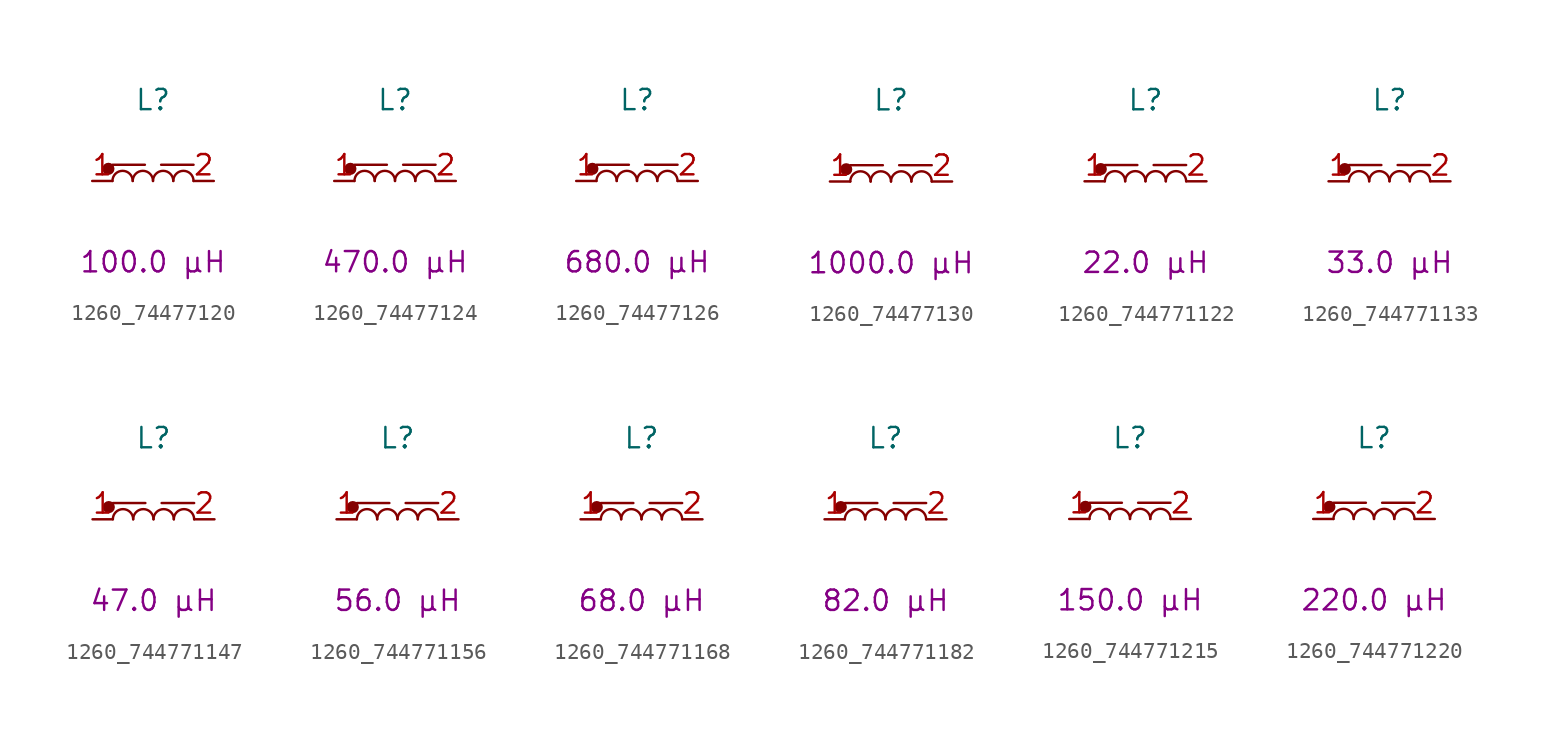
<source format=kicad_sym>
(kicad_symbol_lib
  (version 20220914)
  (generator kicad_symbol_editor)
  (symbol "1260_74477120"
    (pin_names hide)
    (property "Reference" "L"
      (at 0 5.08 0)
      (effects (font (size 1.27 1.27))))
    (property "Critical Parameter" "100.0 µH"
      (at 0 -5.08 0)
      (effects (font (size 1.27 1.27))))
    (symbol "1260_74477120_0_1"
      (arc (start -1.27 0) (mid -1.905 0.6323) (end -2.54 0) (stroke (width 0) (type default)) (fill (type none)))
      (arc (start 0 0) (mid -0.635 0.6323) (end -1.27 0) (stroke (width 0) (type default)) (fill (type none)))
      (polyline (pts (xy -2.54 1.016) (xy -0.508 1.016)) (stroke (width 0) (type default)) (fill (type none)))
      (arc (start 1.27 0) (mid 0.635 0.6323) (end 0 0) (stroke (width 0) (type default)) (fill (type none)))
      (arc (start 2.54 0) (mid 1.905 0.6323) (end 1.27 0) (stroke (width 0) (type default)) (fill (type none))))
    (symbol "1260_74477120_1_1"
      (circle (center -2.794 0.762) (radius 0.0001) (stroke (width 0.381) (type default)) (fill (type none)))
      (polyline (pts (xy 2.54 1.016) (xy 0.508 1.016)) (stroke (width 0) (type default)) (fill (type none)))
      (pin passive line (at -3.81 0 0) (length 1.27) (name "1" (effects (font (size 1.27 1.27)))) (number "1" (effects (font (size 1.27 1.27)))))
      (pin passive line (at 3.81 0 180) (length 1.27) (name "2" (effects (font (size 1.27 1.27)))) (number "2" (effects (font (size 1.27 1.27)))))))
  (symbol "1260_74477124"
    (pin_names hide)
    (property "Reference" "L"
      (at 0 5.08 0)
      (effects (font (size 1.27 1.27))))
    (property "Critical Parameter" "470.0 µH"
      (at 0 -5.08 0)
      (effects (font (size 1.27 1.27))))
    (symbol "1260_74477124_0_1"
      (arc (start -1.27 0) (mid -1.905 0.6323) (end -2.54 0) (stroke (width 0) (type default)) (fill (type none)))
      (arc (start 0 0) (mid -0.635 0.6323) (end -1.27 0) (stroke (width 0) (type default)) (fill (type none)))
      (polyline (pts (xy -2.54 1.016) (xy -0.508 1.016)) (stroke (width 0) (type default)) (fill (type none)))
      (arc (start 1.27 0) (mid 0.635 0.6323) (end 0 0) (stroke (width 0) (type default)) (fill (type none)))
      (arc (start 2.54 0) (mid 1.905 0.6323) (end 1.27 0) (stroke (width 0) (type default)) (fill (type none))))
    (symbol "1260_74477124_1_1"
      (circle (center -2.794 0.762) (radius 0.0001) (stroke (width 0.381) (type default)) (fill (type none)))
      (polyline (pts (xy 2.54 1.016) (xy 0.508 1.016)) (stroke (width 0) (type default)) (fill (type none)))
      (pin passive line (at -3.81 0 0) (length 1.27) (name "1" (effects (font (size 1.27 1.27)))) (number "1" (effects (font (size 1.27 1.27)))))
      (pin passive line (at 3.81 0 180) (length 1.27) (name "2" (effects (font (size 1.27 1.27)))) (number "2" (effects (font (size 1.27 1.27)))))))
  (symbol "1260_74477126"
    (pin_names hide)
    (property "Reference" "L"
      (at 0 5.08 0)
      (effects (font (size 1.27 1.27))))
    (property "Critical Parameter" "680.0 µH"
      (at 0 -5.08 0)
      (effects (font (size 1.27 1.27))))
    (symbol "1260_74477126_0_1"
      (arc (start -1.27 0) (mid -1.905 0.6323) (end -2.54 0) (stroke (width 0) (type default)) (fill (type none)))
      (arc (start 0 0) (mid -0.635 0.6323) (end -1.27 0) (stroke (width 0) (type default)) (fill (type none)))
      (polyline (pts (xy -2.54 1.016) (xy -0.508 1.016)) (stroke (width 0) (type default)) (fill (type none)))
      (arc (start 1.27 0) (mid 0.635 0.6323) (end 0 0) (stroke (width 0) (type default)) (fill (type none)))
      (arc (start 2.54 0) (mid 1.905 0.6323) (end 1.27 0) (stroke (width 0) (type default)) (fill (type none))))
    (symbol "1260_74477126_1_1"
      (circle (center -2.794 0.762) (radius 0.0001) (stroke (width 0.381) (type default)) (fill (type none)))
      (polyline (pts (xy 2.54 1.016) (xy 0.508 1.016)) (stroke (width 0) (type default)) (fill (type none)))
      (pin passive line (at -3.81 0 0) (length 1.27) (name "1" (effects (font (size 1.27 1.27)))) (number "1" (effects (font (size 1.27 1.27)))))
      (pin passive line (at 3.81 0 180) (length 1.27) (name "2" (effects (font (size 1.27 1.27)))) (number "2" (effects (font (size 1.27 1.27)))))))
  (symbol "1260_74477130"
    (pin_names hide)
    (property "Reference" "L"
      (at 0 5.08 0)
      (effects (font (size 1.27 1.27))))
    (property "Critical Parameter" "1000.0 µH"
      (at 0 -5.08 0)
      (effects (font (size 1.27 1.27))))
    (symbol "1260_74477130_0_1"
      (arc (start -1.27 0) (mid -1.905 0.6323) (end -2.54 0) (stroke (width 0) (type default)) (fill (type none)))
      (arc (start 0 0) (mid -0.635 0.6323) (end -1.27 0) (stroke (width 0) (type default)) (fill (type none)))
      (polyline (pts (xy -2.54 1.016) (xy -0.508 1.016)) (stroke (width 0) (type default)) (fill (type none)))
      (arc (start 1.27 0) (mid 0.635 0.6323) (end 0 0) (stroke (width 0) (type default)) (fill (type none)))
      (arc (start 2.54 0) (mid 1.905 0.6323) (end 1.27 0) (stroke (width 0) (type default)) (fill (type none))))
    (symbol "1260_74477130_1_1"
      (circle (center -2.794 0.762) (radius 0.0001) (stroke (width 0.381) (type default)) (fill (type none)))
      (polyline (pts (xy 2.54 1.016) (xy 0.508 1.016)) (stroke (width 0) (type default)) (fill (type none)))
      (pin passive line (at -3.81 0 0) (length 1.27) (name "1" (effects (font (size 1.27 1.27)))) (number "1" (effects (font (size 1.27 1.27)))))
      (pin passive line (at 3.81 0 180) (length 1.27) (name "2" (effects (font (size 1.27 1.27)))) (number "2" (effects (font (size 1.27 1.27)))))))
  (symbol "1260_744771122"
    (pin_names hide)
    (property "Reference" "L"
      (at 0 5.08 0)
      (effects (font (size 1.27 1.27))))
    (property "Critical Parameter" "22.0 µH"
      (at 0 -5.08 0)
      (effects (font (size 1.27 1.27))))
    (symbol "1260_744771122_0_1"
      (arc (start -1.27 0) (mid -1.905 0.6323) (end -2.54 0) (stroke (width 0) (type default)) (fill (type none)))
      (arc (start 0 0) (mid -0.635 0.6323) (end -1.27 0) (stroke (width 0) (type default)) (fill (type none)))
      (polyline (pts (xy -2.54 1.016) (xy -0.508 1.016)) (stroke (width 0) (type default)) (fill (type none)))
      (arc (start 1.27 0) (mid 0.635 0.6323) (end 0 0) (stroke (width 0) (type default)) (fill (type none)))
      (arc (start 2.54 0) (mid 1.905 0.6323) (end 1.27 0) (stroke (width 0) (type default)) (fill (type none))))
    (symbol "1260_744771122_1_1"
      (circle (center -2.794 0.762) (radius 0.0001) (stroke (width 0.381) (type default)) (fill (type none)))
      (polyline (pts (xy 2.54 1.016) (xy 0.508 1.016)) (stroke (width 0) (type default)) (fill (type none)))
      (pin passive line (at -3.81 0 0) (length 1.27) (name "1" (effects (font (size 1.27 1.27)))) (number "1" (effects (font (size 1.27 1.27)))))
      (pin passive line (at 3.81 0 180) (length 1.27) (name "2" (effects (font (size 1.27 1.27)))) (number "2" (effects (font (size 1.27 1.27)))))))
  (symbol "1260_744771133"
    (pin_names hide)
    (property "Reference" "L"
      (at 0 5.08 0)
      (effects (font (size 1.27 1.27))))
    (property "Critical Parameter" "33.0 µH"
      (at 0 -5.08 0)
      (effects (font (size 1.27 1.27))))
    (symbol "1260_744771133_0_1"
      (arc (start -1.27 0) (mid -1.905 0.6323) (end -2.54 0) (stroke (width 0) (type default)) (fill (type none)))
      (arc (start 0 0) (mid -0.635 0.6323) (end -1.27 0) (stroke (width 0) (type default)) (fill (type none)))
      (polyline (pts (xy -2.54 1.016) (xy -0.508 1.016)) (stroke (width 0) (type default)) (fill (type none)))
      (arc (start 1.27 0) (mid 0.635 0.6323) (end 0 0) (stroke (width 0) (type default)) (fill (type none)))
      (arc (start 2.54 0) (mid 1.905 0.6323) (end 1.27 0) (stroke (width 0) (type default)) (fill (type none))))
    (symbol "1260_744771133_1_1"
      (circle (center -2.794 0.762) (radius 0.0001) (stroke (width 0.381) (type default)) (fill (type none)))
      (polyline (pts (xy 2.54 1.016) (xy 0.508 1.016)) (stroke (width 0) (type default)) (fill (type none)))
      (pin passive line (at -3.81 0 0) (length 1.27) (name "1" (effects (font (size 1.27 1.27)))) (number "1" (effects (font (size 1.27 1.27)))))
      (pin passive line (at 3.81 0 180) (length 1.27) (name "2" (effects (font (size 1.27 1.27)))) (number "2" (effects (font (size 1.27 1.27)))))))
  (symbol "1260_744771147"
    (pin_names hide)
    (property "Reference" "L"
      (at 0 5.08 0)
      (effects (font (size 1.27 1.27))))
    (property "Critical Parameter" "47.0 µH"
      (at 0 -5.08 0)
      (effects (font (size 1.27 1.27))))
    (symbol "1260_744771147_0_1"
      (arc (start -1.27 0) (mid -1.905 0.6323) (end -2.54 0) (stroke (width 0) (type default)) (fill (type none)))
      (arc (start 0 0) (mid -0.635 0.6323) (end -1.27 0) (stroke (width 0) (type default)) (fill (type none)))
      (polyline (pts (xy -2.54 1.016) (xy -0.508 1.016)) (stroke (width 0) (type default)) (fill (type none)))
      (arc (start 1.27 0) (mid 0.635 0.6323) (end 0 0) (stroke (width 0) (type default)) (fill (type none)))
      (arc (start 2.54 0) (mid 1.905 0.6323) (end 1.27 0) (stroke (width 0) (type default)) (fill (type none))))
    (symbol "1260_744771147_1_1"
      (circle (center -2.794 0.762) (radius 0.0001) (stroke (width 0.381) (type default)) (fill (type none)))
      (polyline (pts (xy 2.54 1.016) (xy 0.508 1.016)) (stroke (width 0) (type default)) (fill (type none)))
      (pin passive line (at -3.81 0 0) (length 1.27) (name "1" (effects (font (size 1.27 1.27)))) (number "1" (effects (font (size 1.27 1.27)))))
      (pin passive line (at 3.81 0 180) (length 1.27) (name "2" (effects (font (size 1.27 1.27)))) (number "2" (effects (font (size 1.27 1.27)))))))
  (symbol "1260_744771156"
    (pin_names hide)
    (property "Reference" "L"
      (at 0 5.08 0)
      (effects (font (size 1.27 1.27))))
    (property "Critical Parameter" "56.0 µH"
      (at 0 -5.08 0)
      (effects (font (size 1.27 1.27))))
    (symbol "1260_744771156_0_1"
      (arc (start -1.27 0) (mid -1.905 0.6323) (end -2.54 0) (stroke (width 0) (type default)) (fill (type none)))
      (arc (start 0 0) (mid -0.635 0.6323) (end -1.27 0) (stroke (width 0) (type default)) (fill (type none)))
      (polyline (pts (xy -2.54 1.016) (xy -0.508 1.016)) (stroke (width 0) (type default)) (fill (type none)))
      (arc (start 1.27 0) (mid 0.635 0.6323) (end 0 0) (stroke (width 0) (type default)) (fill (type none)))
      (arc (start 2.54 0) (mid 1.905 0.6323) (end 1.27 0) (stroke (width 0) (type default)) (fill (type none))))
    (symbol "1260_744771156_1_1"
      (circle (center -2.794 0.762) (radius 0.0001) (stroke (width 0.381) (type default)) (fill (type none)))
      (polyline (pts (xy 2.54 1.016) (xy 0.508 1.016)) (stroke (width 0) (type default)) (fill (type none)))
      (pin passive line (at -3.81 0 0) (length 1.27) (name "1" (effects (font (size 1.27 1.27)))) (number "1" (effects (font (size 1.27 1.27)))))
      (pin passive line (at 3.81 0 180) (length 1.27) (name "2" (effects (font (size 1.27 1.27)))) (number "2" (effects (font (size 1.27 1.27)))))))
  (symbol "1260_744771168"
    (pin_names hide)
    (property "Reference" "L"
      (at 0 5.08 0)
      (effects (font (size 1.27 1.27))))
    (property "Critical Parameter" "68.0 µH"
      (at 0 -5.08 0)
      (effects (font (size 1.27 1.27))))
    (symbol "1260_744771168_0_1"
      (arc (start -1.27 0) (mid -1.905 0.6323) (end -2.54 0) (stroke (width 0) (type default)) (fill (type none)))
      (arc (start 0 0) (mid -0.635 0.6323) (end -1.27 0) (stroke (width 0) (type default)) (fill (type none)))
      (polyline (pts (xy -2.54 1.016) (xy -0.508 1.016)) (stroke (width 0) (type default)) (fill (type none)))
      (arc (start 1.27 0) (mid 0.635 0.6323) (end 0 0) (stroke (width 0) (type default)) (fill (type none)))
      (arc (start 2.54 0) (mid 1.905 0.6323) (end 1.27 0) (stroke (width 0) (type default)) (fill (type none))))
    (symbol "1260_744771168_1_1"
      (circle (center -2.794 0.762) (radius 0.0001) (stroke (width 0.381) (type default)) (fill (type none)))
      (polyline (pts (xy 2.54 1.016) (xy 0.508 1.016)) (stroke (width 0) (type default)) (fill (type none)))
      (pin passive line (at -3.81 0 0) (length 1.27) (name "1" (effects (font (size 1.27 1.27)))) (number "1" (effects (font (size 1.27 1.27)))))
      (pin passive line (at 3.81 0 180) (length 1.27) (name "2" (effects (font (size 1.27 1.27)))) (number "2" (effects (font (size 1.27 1.27)))))))
  (symbol "1260_744771182"
    (pin_names hide)
    (property "Reference" "L"
      (at 0 5.08 0)
      (effects (font (size 1.27 1.27))))
    (property "Critical Parameter" "82.0 µH"
      (at 0 -5.08 0)
      (effects (font (size 1.27 1.27))))
    (symbol "1260_744771182_0_1"
      (arc (start -1.27 0) (mid -1.905 0.6323) (end -2.54 0) (stroke (width 0) (type default)) (fill (type none)))
      (arc (start 0 0) (mid -0.635 0.6323) (end -1.27 0) (stroke (width 0) (type default)) (fill (type none)))
      (polyline (pts (xy -2.54 1.016) (xy -0.508 1.016)) (stroke (width 0) (type default)) (fill (type none)))
      (arc (start 1.27 0) (mid 0.635 0.6323) (end 0 0) (stroke (width 0) (type default)) (fill (type none)))
      (arc (start 2.54 0) (mid 1.905 0.6323) (end 1.27 0) (stroke (width 0) (type default)) (fill (type none))))
    (symbol "1260_744771182_1_1"
      (circle (center -2.794 0.762) (radius 0.0001) (stroke (width 0.381) (type default)) (fill (type none)))
      (polyline (pts (xy 2.54 1.016) (xy 0.508 1.016)) (stroke (width 0) (type default)) (fill (type none)))
      (pin passive line (at -3.81 0 0) (length 1.27) (name "1" (effects (font (size 1.27 1.27)))) (number "1" (effects (font (size 1.27 1.27)))))
      (pin passive line (at 3.81 0 180) (length 1.27) (name "2" (effects (font (size 1.27 1.27)))) (number "2" (effects (font (size 1.27 1.27)))))))
  (symbol "1260_744771215"
    (pin_names hide)
    (property "Reference" "L"
      (at 0 5.08 0)
      (effects (font (size 1.27 1.27))))
    (property "Critical Parameter" "150.0 µH"
      (at 0 -5.08 0)
      (effects (font (size 1.27 1.27))))
    (symbol "1260_744771215_0_1"
      (arc (start -1.27 0) (mid -1.905 0.6323) (end -2.54 0) (stroke (width 0) (type default)) (fill (type none)))
      (arc (start 0 0) (mid -0.635 0.6323) (end -1.27 0) (stroke (width 0) (type default)) (fill (type none)))
      (polyline (pts (xy -2.54 1.016) (xy -0.508 1.016)) (stroke (width 0) (type default)) (fill (type none)))
      (arc (start 1.27 0) (mid 0.635 0.6323) (end 0 0) (stroke (width 0) (type default)) (fill (type none)))
      (arc (start 2.54 0) (mid 1.905 0.6323) (end 1.27 0) (stroke (width 0) (type default)) (fill (type none))))
    (symbol "1260_744771215_1_1"
      (circle (center -2.794 0.762) (radius 0.0001) (stroke (width 0.381) (type default)) (fill (type none)))
      (polyline (pts (xy 2.54 1.016) (xy 0.508 1.016)) (stroke (width 0) (type default)) (fill (type none)))
      (pin passive line (at -3.81 0 0) (length 1.27) (name "1" (effects (font (size 1.27 1.27)))) (number "1" (effects (font (size 1.27 1.27)))))
      (pin passive line (at 3.81 0 180) (length 1.27) (name "2" (effects (font (size 1.27 1.27)))) (number "2" (effects (font (size 1.27 1.27)))))))
  (symbol "1260_744771220"
    (pin_names hide)
    (property "Reference" "L"
      (at 0 5.08 0)
      (effects (font (size 1.27 1.27))))
    (property "Critical Parameter" "220.0 µH"
      (at 0 -5.08 0)
      (effects (font (size 1.27 1.27))))
    (symbol "1260_744771220_0_1"
      (arc (start -1.27 0) (mid -1.905 0.6323) (end -2.54 0) (stroke (width 0) (type default)) (fill (type none)))
      (arc (start 0 0) (mid -0.635 0.6323) (end -1.27 0) (stroke (width 0) (type default)) (fill (type none)))
      (polyline (pts (xy -2.54 1.016) (xy -0.508 1.016)) (stroke (width 0) (type default)) (fill (type none)))
      (arc (start 1.27 0) (mid 0.635 0.6323) (end 0 0) (stroke (width 0) (type default)) (fill (type none)))
      (arc (start 2.54 0) (mid 1.905 0.6323) (end 1.27 0) (stroke (width 0) (type default)) (fill (type none))))
    (symbol "1260_744771220_1_1"
      (circle (center -2.794 0.762) (radius 0.0001) (stroke (width 0.381) (type default)) (fill (type none)))
      (polyline (pts (xy 2.54 1.016) (xy 0.508 1.016)) (stroke (width 0) (type default)) (fill (type none)))
      (pin passive line (at -3.81 0 0) (length 1.27) (name "1" (effects (font (size 1.27 1.27)))) (number "1" (effects (font (size 1.27 1.27)))))
      (pin passive line (at 3.81 0 180) (length 1.27) (name "2" (effects (font (size 1.27 1.27)))) (number "2" (effects (font (size 1.27 1.27))))))))
</source>
